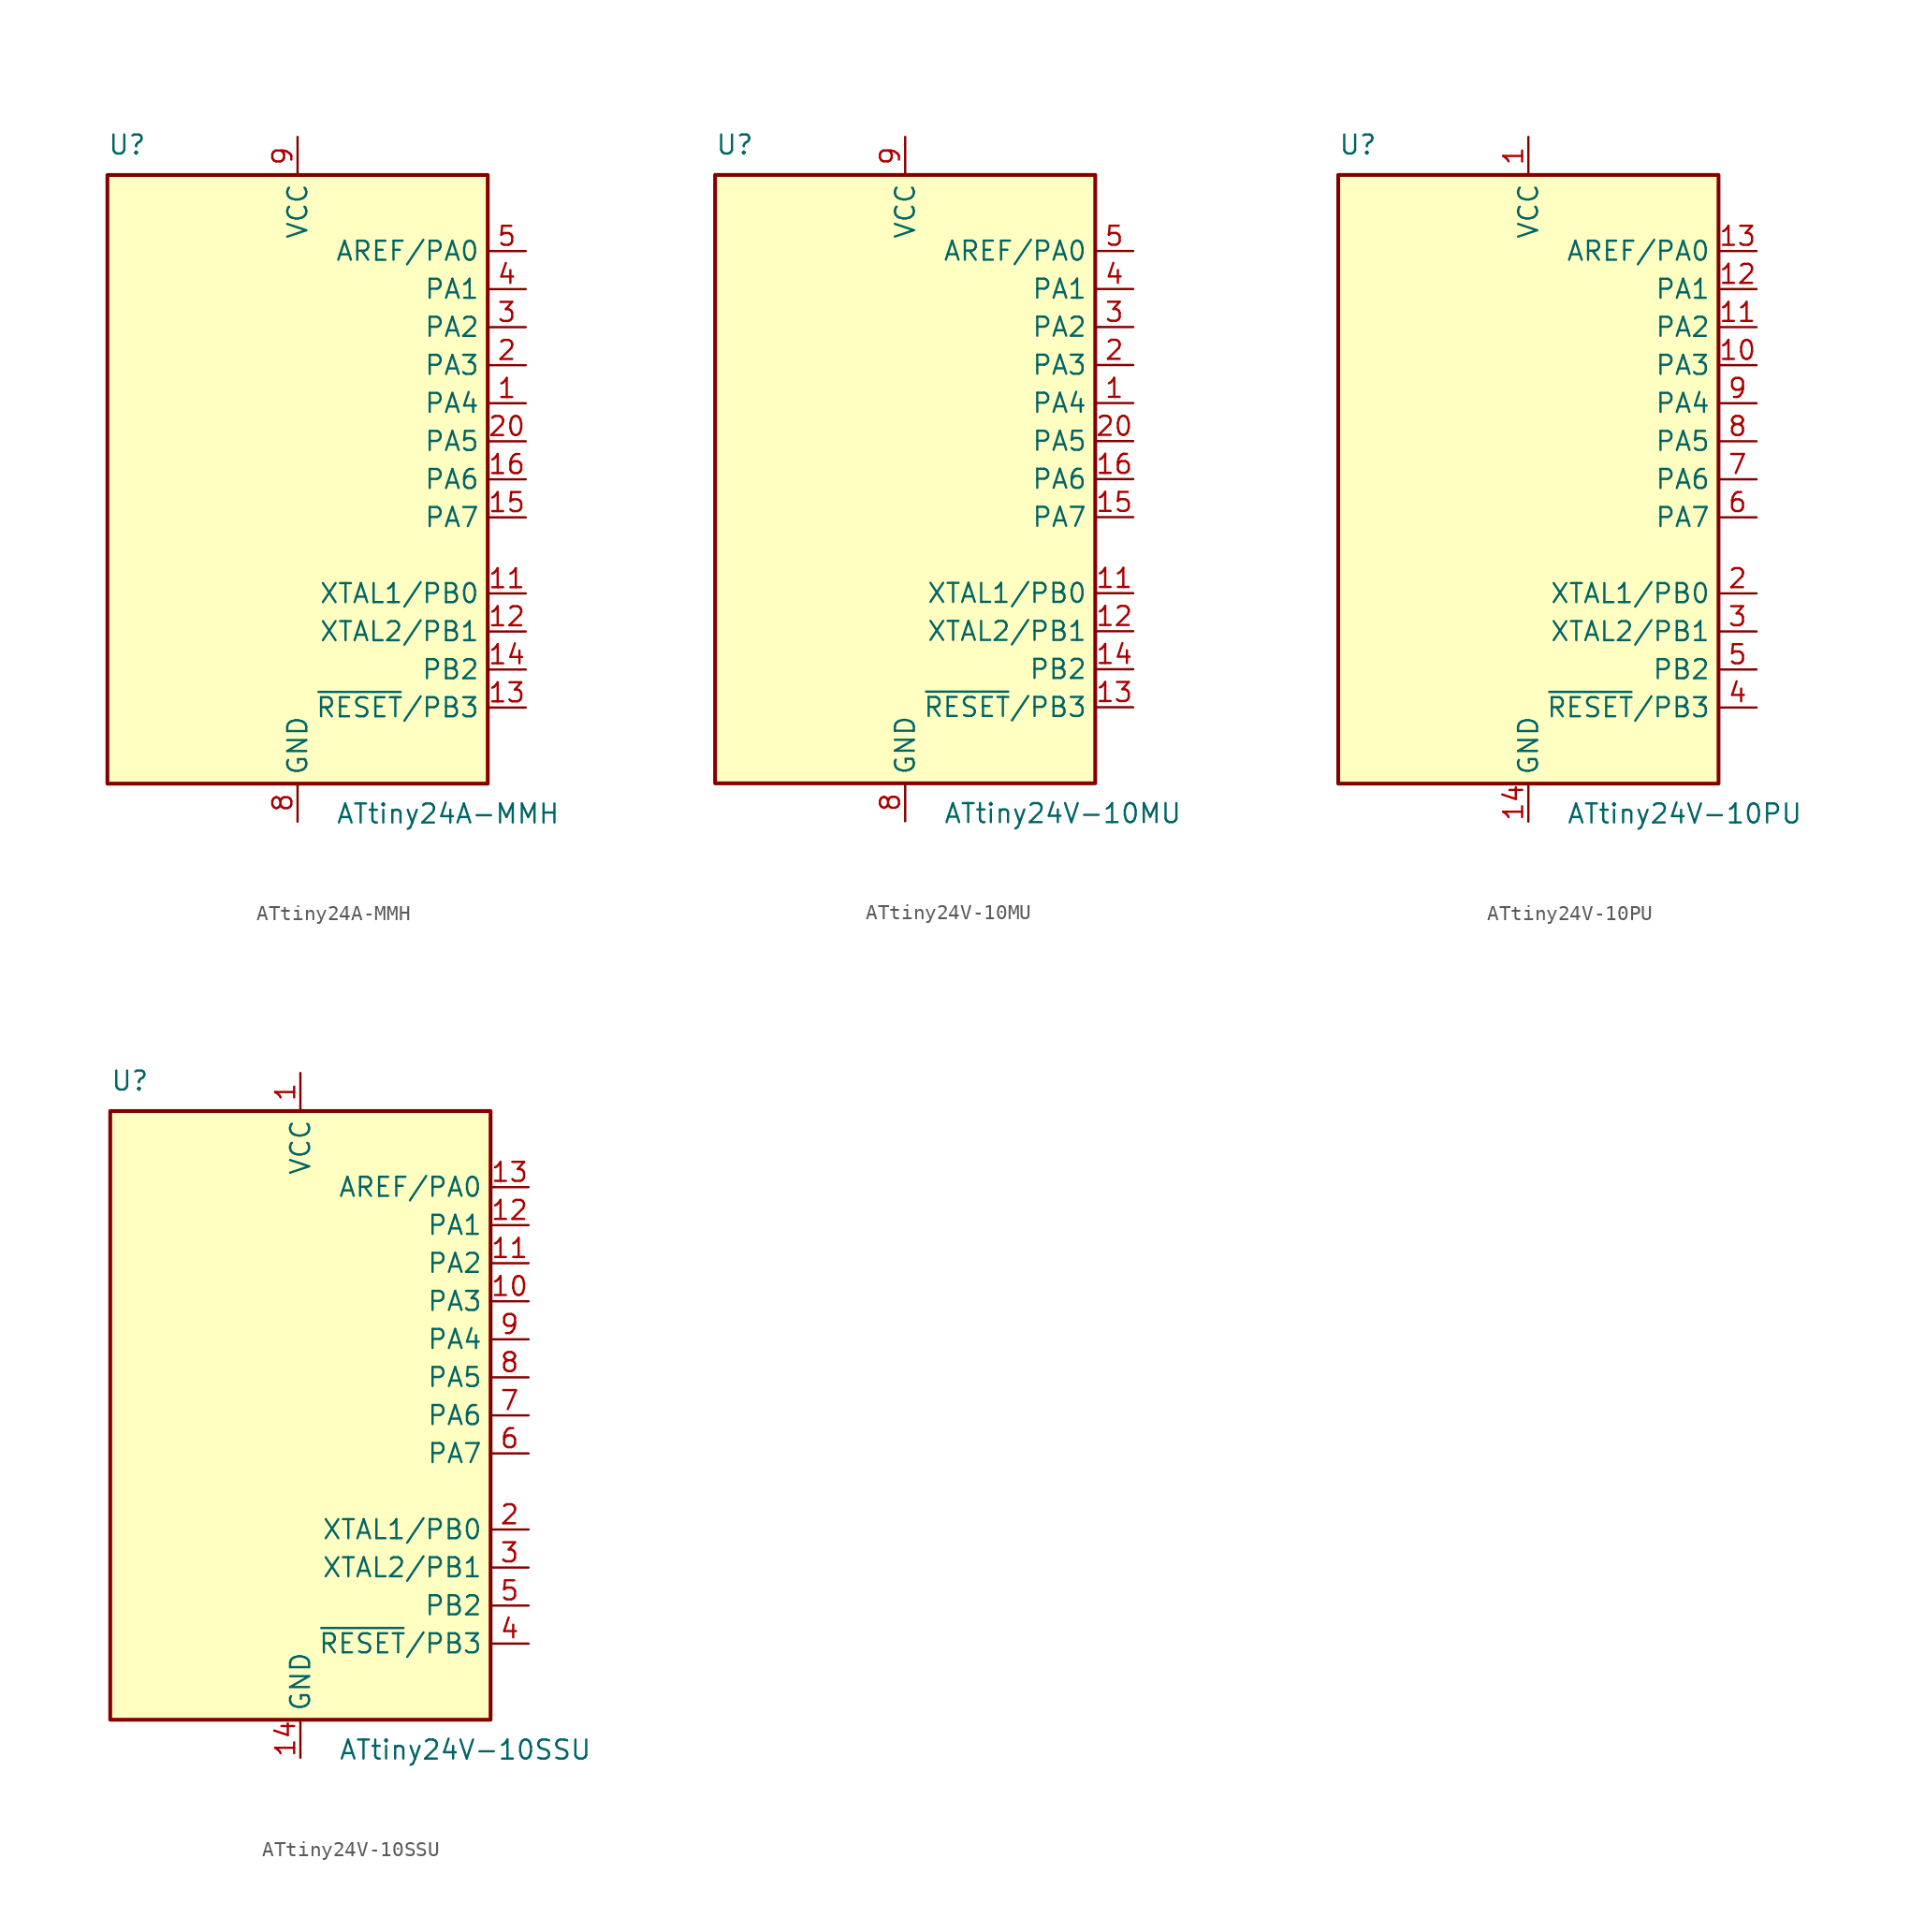
<source format=kicad_sym>
(kicad_symbol_lib
  (version 20201005)
  (generator kicad_symbol_editor)
  (symbol "ATtiny24A-MMH"
    (property "Reference" "U"
      (at -12.7 21.59 0)
      (effects (font (size 1.27 1.27)) (justify left bottom)))
    (property "Value" "ATtiny24A-MMH"
      (at 2.54 -21.59 0)
      (effects (font (size 1.27 1.27)) (justify left top)))
    (symbol "ATtiny24A-MMH_0_1"
      (rectangle (start -12.7 -20.32) (end 12.7 20.32) (stroke (width 0.254)) (fill (type background))))
    (symbol "ATtiny24A-MMH_1_1"
      (pin tri_state line (at 15.24 5.08 180) (length 2.54) (name "PA4" (effects (font (size 1.27 1.27)))) (number "1" (effects (font (size 1.27 1.27)))))
      (pin no_connect line (at -12.7 -10.16 0) (length 2.54) hide (name "NC" (effects (font (size 1.27 1.27)))) (number "10" (effects (font (size 1.27 1.27)))))
      (pin tri_state line (at 15.24 -7.62 180) (length 2.54) (name "XTAL1/PB0" (effects (font (size 1.27 1.27)))) (number "11" (effects (font (size 1.27 1.27)))))
      (pin tri_state line (at 15.24 -10.16 180) (length 2.54) (name "XTAL2/PB1" (effects (font (size 1.27 1.27)))) (number "12" (effects (font (size 1.27 1.27)))))
      (pin tri_state line (at 15.24 -15.24 180) (length 2.54) (name "~RESET~/PB3" (effects (font (size 1.27 1.27)))) (number "13" (effects (font (size 1.27 1.27)))))
      (pin tri_state line (at 15.24 -12.7 180) (length 2.54) (name "PB2" (effects (font (size 1.27 1.27)))) (number "14" (effects (font (size 1.27 1.27)))))
      (pin tri_state line (at 15.24 -2.54 180) (length 2.54) (name "PA7" (effects (font (size 1.27 1.27)))) (number "15" (effects (font (size 1.27 1.27)))))
      (pin tri_state line (at 15.24 0 180) (length 2.54) (name "PA6" (effects (font (size 1.27 1.27)))) (number "16" (effects (font (size 1.27 1.27)))))
      (pin no_connect line (at -12.7 -12.7 0) (length 2.54) hide (name "NC" (effects (font (size 1.27 1.27)))) (number "17" (effects (font (size 1.27 1.27)))))
      (pin no_connect line (at -12.7 -15.24 0) (length 2.54) hide (name "NC" (effects (font (size 1.27 1.27)))) (number "18" (effects (font (size 1.27 1.27)))))
      (pin no_connect line (at -12.7 -17.78 0) (length 2.54) hide (name "NC" (effects (font (size 1.27 1.27)))) (number "19" (effects (font (size 1.27 1.27)))))
      (pin tri_state line (at 15.24 7.62 180) (length 2.54) (name "PA3" (effects (font (size 1.27 1.27)))) (number "2" (effects (font (size 1.27 1.27)))))
      (pin tri_state line (at 15.24 2.54 180) (length 2.54) (name "PA5" (effects (font (size 1.27 1.27)))) (number "20" (effects (font (size 1.27 1.27)))))
      (pin passive line (at 0 -22.86 90) (length 2.54) hide (name "GND" (effects (font (size 1.27 1.27)))) (number "21" (effects (font (size 1.27 1.27)))))
      (pin tri_state line (at 15.24 10.16 180) (length 2.54) (name "PA2" (effects (font (size 1.27 1.27)))) (number "3" (effects (font (size 1.27 1.27)))))
      (pin tri_state line (at 15.24 12.7 180) (length 2.54) (name "PA1" (effects (font (size 1.27 1.27)))) (number "4" (effects (font (size 1.27 1.27)))))
      (pin tri_state line (at 15.24 15.24 180) (length 2.54) (name "AREF/PA0" (effects (font (size 1.27 1.27)))) (number "5" (effects (font (size 1.27 1.27)))))
      (pin no_connect line (at -12.7 -5.08 0) (length 2.54) hide (name "NC" (effects (font (size 1.27 1.27)))) (number "6" (effects (font (size 1.27 1.27)))))
      (pin no_connect line (at -12.7 -7.62 0) (length 2.54) hide (name "NC" (effects (font (size 1.27 1.27)))) (number "7" (effects (font (size 1.27 1.27)))))
      (pin power_in line (at 0 -22.86 90) (length 2.54) (name "GND" (effects (font (size 1.27 1.27)))) (number "8" (effects (font (size 1.27 1.27)))))
      (pin power_in line (at 0 22.86 270) (length 2.54) (name "VCC" (effects (font (size 1.27 1.27)))) (number "9" (effects (font (size 1.27 1.27)))))))
  (symbol "ATtiny24V-10MU"
    (property "Reference" "U"
      (at -12.7 21.59 0)
      (effects (font (size 1.27 1.27)) (justify left bottom)))
    (property "Value" "ATtiny24V-10MU"
      (at 2.54 -21.59 0)
      (effects (font (size 1.27 1.27)) (justify left top)))
    (symbol "ATtiny24V-10MU_0_1"
      (rectangle (start -12.7 -20.32) (end 12.7 20.32) (stroke (width 0.254)) (fill (type background))))
    (symbol "ATtiny24V-10MU_1_1"
      (pin tri_state line (at 15.24 5.08 180) (length 2.54) (name "PA4" (effects (font (size 1.27 1.27)))) (number "1" (effects (font (size 1.27 1.27)))))
      (pin no_connect line (at -12.7 -10.16 0) (length 2.54) hide (name "NC" (effects (font (size 1.27 1.27)))) (number "10" (effects (font (size 1.27 1.27)))))
      (pin tri_state line (at 15.24 -7.62 180) (length 2.54) (name "XTAL1/PB0" (effects (font (size 1.27 1.27)))) (number "11" (effects (font (size 1.27 1.27)))))
      (pin tri_state line (at 15.24 -10.16 180) (length 2.54) (name "XTAL2/PB1" (effects (font (size 1.27 1.27)))) (number "12" (effects (font (size 1.27 1.27)))))
      (pin tri_state line (at 15.24 -15.24 180) (length 2.54) (name "~RESET~/PB3" (effects (font (size 1.27 1.27)))) (number "13" (effects (font (size 1.27 1.27)))))
      (pin tri_state line (at 15.24 -12.7 180) (length 2.54) (name "PB2" (effects (font (size 1.27 1.27)))) (number "14" (effects (font (size 1.27 1.27)))))
      (pin tri_state line (at 15.24 -2.54 180) (length 2.54) (name "PA7" (effects (font (size 1.27 1.27)))) (number "15" (effects (font (size 1.27 1.27)))))
      (pin tri_state line (at 15.24 0 180) (length 2.54) (name "PA6" (effects (font (size 1.27 1.27)))) (number "16" (effects (font (size 1.27 1.27)))))
      (pin no_connect line (at -12.7 -12.7 0) (length 2.54) hide (name "NC" (effects (font (size 1.27 1.27)))) (number "17" (effects (font (size 1.27 1.27)))))
      (pin no_connect line (at -12.7 -15.24 0) (length 2.54) hide (name "NC" (effects (font (size 1.27 1.27)))) (number "18" (effects (font (size 1.27 1.27)))))
      (pin no_connect line (at -12.7 -17.78 0) (length 2.54) hide (name "NC" (effects (font (size 1.27 1.27)))) (number "19" (effects (font (size 1.27 1.27)))))
      (pin tri_state line (at 15.24 7.62 180) (length 2.54) (name "PA3" (effects (font (size 1.27 1.27)))) (number "2" (effects (font (size 1.27 1.27)))))
      (pin tri_state line (at 15.24 2.54 180) (length 2.54) (name "PA5" (effects (font (size 1.27 1.27)))) (number "20" (effects (font (size 1.27 1.27)))))
      (pin passive line (at 0 -22.86 90) (length 2.54) hide (name "GND" (effects (font (size 1.27 1.27)))) (number "21" (effects (font (size 1.27 1.27)))))
      (pin tri_state line (at 15.24 10.16 180) (length 2.54) (name "PA2" (effects (font (size 1.27 1.27)))) (number "3" (effects (font (size 1.27 1.27)))))
      (pin tri_state line (at 15.24 12.7 180) (length 2.54) (name "PA1" (effects (font (size 1.27 1.27)))) (number "4" (effects (font (size 1.27 1.27)))))
      (pin tri_state line (at 15.24 15.24 180) (length 2.54) (name "AREF/PA0" (effects (font (size 1.27 1.27)))) (number "5" (effects (font (size 1.27 1.27)))))
      (pin no_connect line (at -12.7 -5.08 0) (length 2.54) hide (name "NC" (effects (font (size 1.27 1.27)))) (number "6" (effects (font (size 1.27 1.27)))))
      (pin no_connect line (at -12.7 -7.62 0) (length 2.54) hide (name "NC" (effects (font (size 1.27 1.27)))) (number "7" (effects (font (size 1.27 1.27)))))
      (pin power_in line (at 0 -22.86 90) (length 2.54) (name "GND" (effects (font (size 1.27 1.27)))) (number "8" (effects (font (size 1.27 1.27)))))
      (pin power_in line (at 0 22.86 270) (length 2.54) (name "VCC" (effects (font (size 1.27 1.27)))) (number "9" (effects (font (size 1.27 1.27)))))))
  (symbol "ATtiny24V-10PU"
    (property "Reference" "U"
      (at -12.7 21.59 0)
      (effects (font (size 1.27 1.27)) (justify left bottom)))
    (property "Value" "ATtiny24V-10PU"
      (at 2.54 -21.59 0)
      (effects (font (size 1.27 1.27)) (justify left top)))
    (symbol "ATtiny24V-10PU_0_1"
      (rectangle (start -12.7 -20.32) (end 12.7 20.32) (stroke (width 0.254)) (fill (type background))))
    (symbol "ATtiny24V-10PU_1_1"
      (pin power_in line (at 0 22.86 270) (length 2.54) (name "VCC" (effects (font (size 1.27 1.27)))) (number "1" (effects (font (size 1.27 1.27)))))
      (pin tri_state line (at 15.24 7.62 180) (length 2.54) (name "PA3" (effects (font (size 1.27 1.27)))) (number "10" (effects (font (size 1.27 1.27)))))
      (pin tri_state line (at 15.24 10.16 180) (length 2.54) (name "PA2" (effects (font (size 1.27 1.27)))) (number "11" (effects (font (size 1.27 1.27)))))
      (pin tri_state line (at 15.24 12.7 180) (length 2.54) (name "PA1" (effects (font (size 1.27 1.27)))) (number "12" (effects (font (size 1.27 1.27)))))
      (pin tri_state line (at 15.24 15.24 180) (length 2.54) (name "AREF/PA0" (effects (font (size 1.27 1.27)))) (number "13" (effects (font (size 1.27 1.27)))))
      (pin power_in line (at 0 -22.86 90) (length 2.54) (name "GND" (effects (font (size 1.27 1.27)))) (number "14" (effects (font (size 1.27 1.27)))))
      (pin tri_state line (at 15.24 -7.62 180) (length 2.54) (name "XTAL1/PB0" (effects (font (size 1.27 1.27)))) (number "2" (effects (font (size 1.27 1.27)))))
      (pin tri_state line (at 15.24 -10.16 180) (length 2.54) (name "XTAL2/PB1" (effects (font (size 1.27 1.27)))) (number "3" (effects (font (size 1.27 1.27)))))
      (pin tri_state line (at 15.24 -15.24 180) (length 2.54) (name "~RESET~/PB3" (effects (font (size 1.27 1.27)))) (number "4" (effects (font (size 1.27 1.27)))))
      (pin tri_state line (at 15.24 -12.7 180) (length 2.54) (name "PB2" (effects (font (size 1.27 1.27)))) (number "5" (effects (font (size 1.27 1.27)))))
      (pin tri_state line (at 15.24 -2.54 180) (length 2.54) (name "PA7" (effects (font (size 1.27 1.27)))) (number "6" (effects (font (size 1.27 1.27)))))
      (pin tri_state line (at 15.24 0 180) (length 2.54) (name "PA6" (effects (font (size 1.27 1.27)))) (number "7" (effects (font (size 1.27 1.27)))))
      (pin tri_state line (at 15.24 2.54 180) (length 2.54) (name "PA5" (effects (font (size 1.27 1.27)))) (number "8" (effects (font (size 1.27 1.27)))))
      (pin tri_state line (at 15.24 5.08 180) (length 2.54) (name "PA4" (effects (font (size 1.27 1.27)))) (number "9" (effects (font (size 1.27 1.27)))))))
  (symbol "ATtiny24V-10SSU"
    (property "Reference" "U"
      (at -12.7 21.59 0)
      (effects (font (size 1.27 1.27)) (justify left bottom)))
    (property "Value" "ATtiny24V-10SSU"
      (at 2.54 -21.59 0)
      (effects (font (size 1.27 1.27)) (justify left top)))
    (symbol "ATtiny24V-10SSU_0_1"
      (rectangle (start -12.7 -20.32) (end 12.7 20.32) (stroke (width 0.254)) (fill (type background))))
    (symbol "ATtiny24V-10SSU_1_1"
      (pin power_in line (at 0 22.86 270) (length 2.54) (name "VCC" (effects (font (size 1.27 1.27)))) (number "1" (effects (font (size 1.27 1.27)))))
      (pin tri_state line (at 15.24 7.62 180) (length 2.54) (name "PA3" (effects (font (size 1.27 1.27)))) (number "10" (effects (font (size 1.27 1.27)))))
      (pin tri_state line (at 15.24 10.16 180) (length 2.54) (name "PA2" (effects (font (size 1.27 1.27)))) (number "11" (effects (font (size 1.27 1.27)))))
      (pin tri_state line (at 15.24 12.7 180) (length 2.54) (name "PA1" (effects (font (size 1.27 1.27)))) (number "12" (effects (font (size 1.27 1.27)))))
      (pin tri_state line (at 15.24 15.24 180) (length 2.54) (name "AREF/PA0" (effects (font (size 1.27 1.27)))) (number "13" (effects (font (size 1.27 1.27)))))
      (pin power_in line (at 0 -22.86 90) (length 2.54) (name "GND" (effects (font (size 1.27 1.27)))) (number "14" (effects (font (size 1.27 1.27)))))
      (pin tri_state line (at 15.24 -7.62 180) (length 2.54) (name "XTAL1/PB0" (effects (font (size 1.27 1.27)))) (number "2" (effects (font (size 1.27 1.27)))))
      (pin tri_state line (at 15.24 -10.16 180) (length 2.54) (name "XTAL2/PB1" (effects (font (size 1.27 1.27)))) (number "3" (effects (font (size 1.27 1.27)))))
      (pin tri_state line (at 15.24 -15.24 180) (length 2.54) (name "~RESET~/PB3" (effects (font (size 1.27 1.27)))) (number "4" (effects (font (size 1.27 1.27)))))
      (pin tri_state line (at 15.24 -12.7 180) (length 2.54) (name "PB2" (effects (font (size 1.27 1.27)))) (number "5" (effects (font (size 1.27 1.27)))))
      (pin tri_state line (at 15.24 -2.54 180) (length 2.54) (name "PA7" (effects (font (size 1.27 1.27)))) (number "6" (effects (font (size 1.27 1.27)))))
      (pin tri_state line (at 15.24 0 180) (length 2.54) (name "PA6" (effects (font (size 1.27 1.27)))) (number "7" (effects (font (size 1.27 1.27)))))
      (pin tri_state line (at 15.24 2.54 180) (length 2.54) (name "PA5" (effects (font (size 1.27 1.27)))) (number "8" (effects (font (size 1.27 1.27)))))
      (pin tri_state line (at 15.24 5.08 180) (length 2.54) (name "PA4" (effects (font (size 1.27 1.27)))) (number "9" (effects (font (size 1.27 1.27))))))))
</source>
